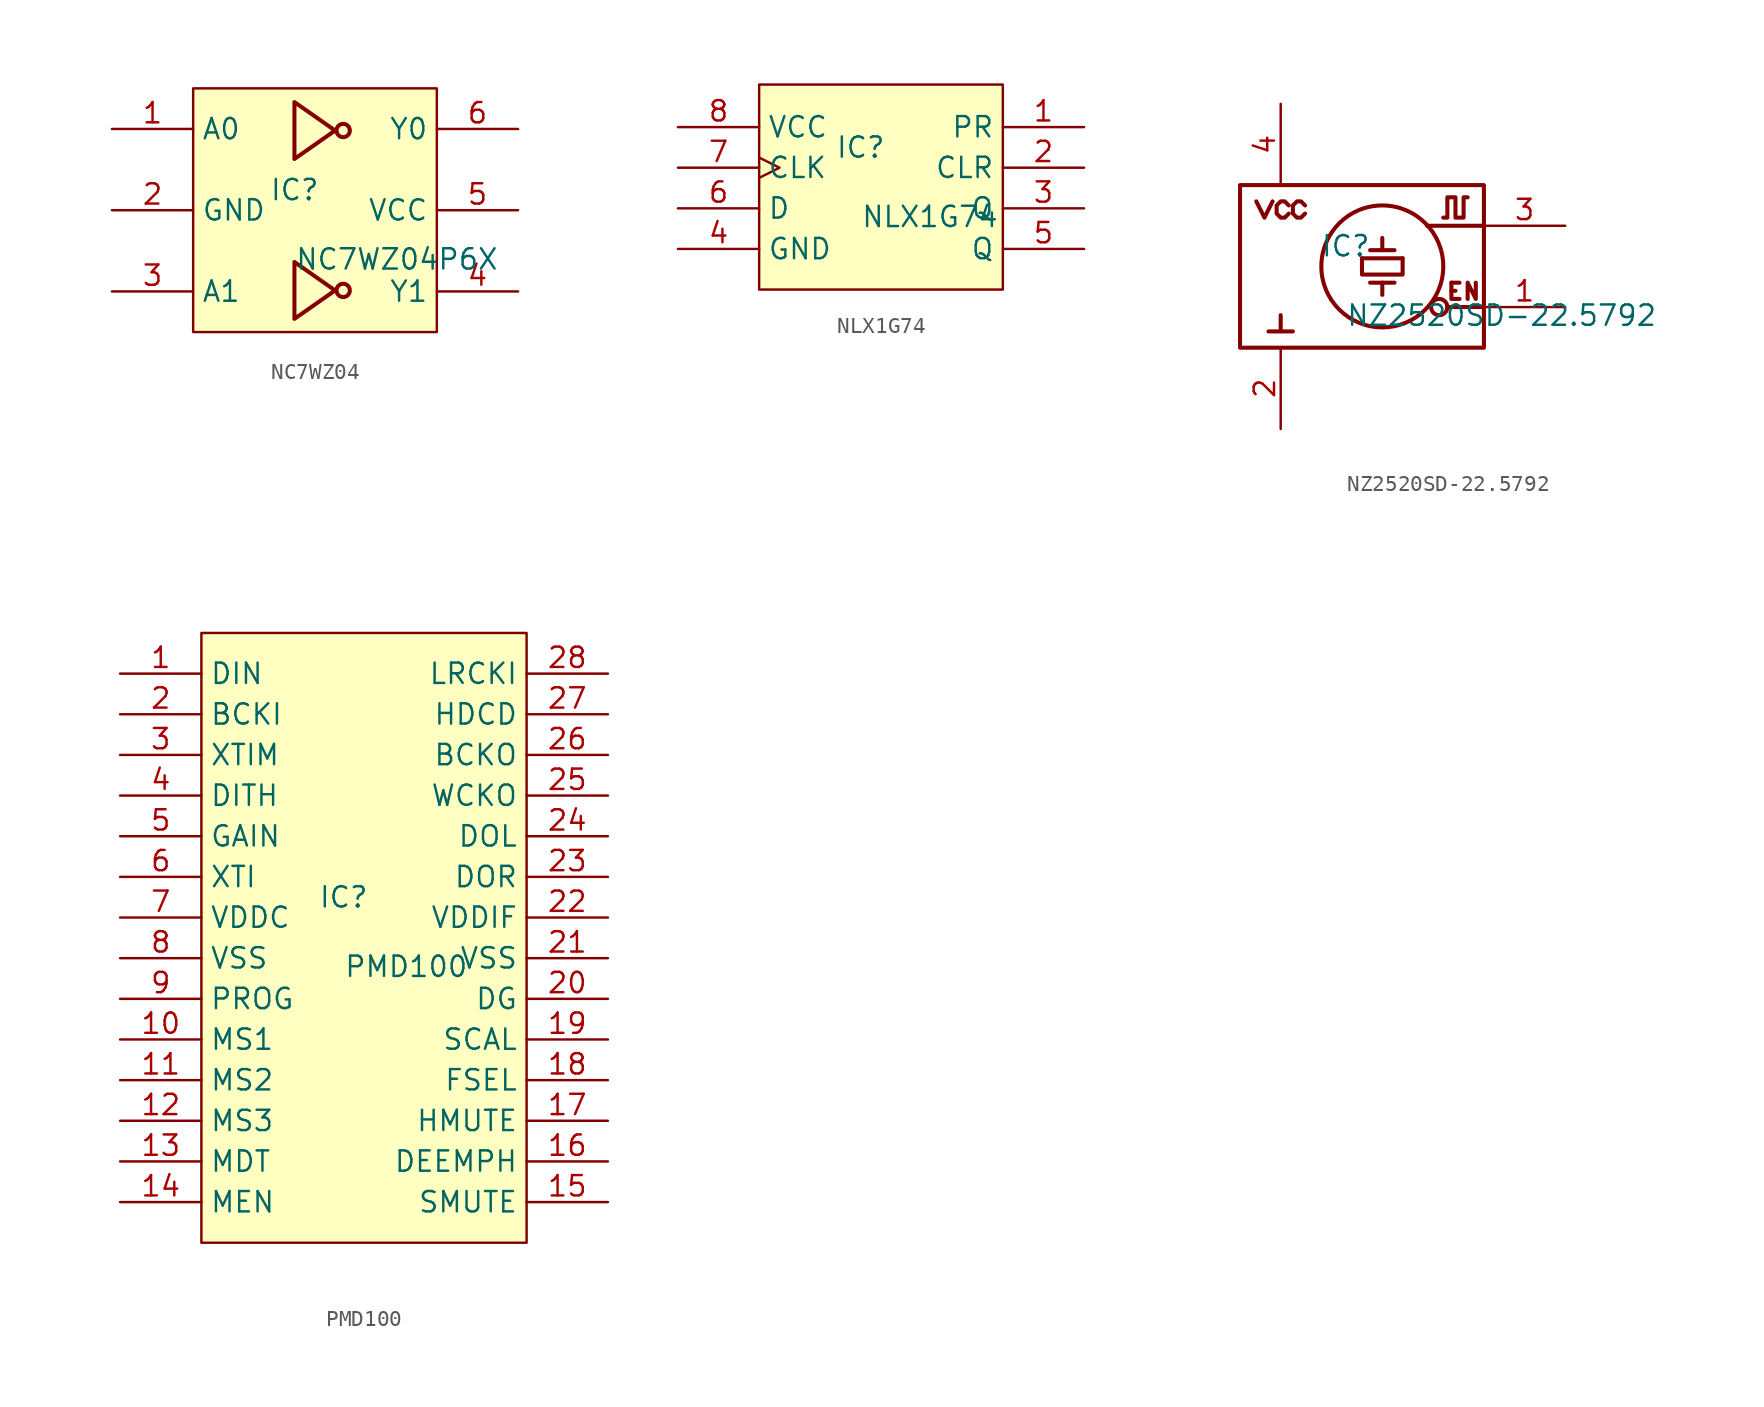
<source format=kicad_sym>
(kicad_symbol_lib
  (version 20231120)
  (generator "kicad_symbol_editor")
  (generator_version "8.0")
  (symbol "NC7WZ04"
    (property "Reference" "IC"
      (at -1.27 1.27 0)
      (effects (font (size 1.27 1.27))))
    (property "Value" "NC7WZ04P6X"
      (at -1.27 -3.81 0)
      (effects (font (size 1.27 1.27)) (justify left bottom)))
    (symbol "NC7WZ04_1_0"
      (rectangle (start -7.62 7.62) (end 7.62 -7.62) (stroke (width 0) (type solid) (color 128 0 0 1)) (fill (type background)))
      (polyline (pts (xy -1.286 -3.238) (xy -1.286 -6.794) (xy 1.254 -5.016) (xy -1.286 -3.238)) (stroke (width 0.254) (type solid)) (fill (type none)))
      (polyline (pts (xy -1.286 6.762) (xy -1.286 3.206) (xy 1.254 4.984) (xy -1.286 6.762)) (stroke (width 0.254) (type solid)) (fill (type none)))
      (circle (center 1.762 -5.016) (radius 0.416) (stroke (width 0.254) (type solid)) (fill (type none)))
      (circle (center 1.762 4.984) (radius 0.416) (stroke (width 0.254) (type solid)) (fill (type none)))
      (pin input line (at -12.7 5.08 0) (length 5.08) (name "A0" (effects (font (size 1.27 1.27)))) (number "1" (effects (font (size 1.27 1.27)))))
      (pin power_in line (at -12.7 0 0) (length 5.08) (name "GND" (effects (font (size 1.27 1.27)))) (number "2" (effects (font (size 1.27 1.27)))))
      (pin input line (at -12.7 -5.08 0) (length 5.08) (name "A1" (effects (font (size 1.27 1.27)))) (number "3" (effects (font (size 1.27 1.27)))))
      (pin output line (at 12.7 -5.08 180) (length 5.08) (name "Y1" (effects (font (size 1.27 1.27)))) (number "4" (effects (font (size 1.27 1.27)))))
      (pin power_in line (at 12.7 0 180) (length 5.08) (name "VCC" (effects (font (size 1.27 1.27)))) (number "5" (effects (font (size 1.27 1.27)))))
      (pin output line (at 12.7 5.08 180) (length 5.08) (name "Y0" (effects (font (size 1.27 1.27)))) (number "6" (effects (font (size 1.27 1.27)))))))
  (symbol "NLX1G74"
    (property "Reference" "IC"
      (at -1.27 1.27 0)
      (effects (font (size 1.27 1.27))))
    (property "Value" "NLX1G74"
      (at -1.27 -3.81 0)
      (effects (font (size 1.27 1.27)) (justify left bottom)))
    (symbol "NLX1G74_1_0"
      (rectangle (start -7.62 5.2) (end 7.62 -7.62) (stroke (width 0) (type solid) (color 128 0 0 1)) (fill (type background)))
      (pin input line (at 12.7 2.54 180) (length 5.08) (name "PR" (effects (font (size 1.27 1.27)))) (number "1" (effects (font (size 1.27 1.27)))))
      (pin input line (at 12.7 0 180) (length 5.08) (name "CLR" (effects (font (size 1.27 1.27)))) (number "2" (effects (font (size 1.27 1.27)))))
      (pin output line (at 12.7 -2.54 180) (length 5.08) (name "Q" (effects (font (size 1.27 1.27)))) (number "3" (effects (font (size 1.27 1.27)))))
      (pin passive line (at -12.7 -5.08 0) (length 5.08) (name "GND" (effects (font (size 1.27 1.27)))) (number "4" (effects (font (size 1.27 1.27)))))
      (pin output line (at 12.7 -5.08 180) (length 5.08) (name "Q" (effects (font (size 1.27 1.27)))) (number "5" (effects (font (size 1.27 1.27)))))
      (pin input line (at -12.7 -2.54 0) (length 5.08) (name "D" (effects (font (size 1.27 1.27)))) (number "6" (effects (font (size 1.27 1.27)))))
      (pin input clock (at -12.7 0 0) (length 5.08) (name "CLK" (effects (font (size 1.27 1.27)))) (number "7" (effects (font (size 1.27 1.27)))))
      (pin power_in line (at -12.7 2.54 0) (length 5.08) (name "VCC" (effects (font (size 1.27 1.27)))) (number "8" (effects (font (size 1.27 1.27)))))))
  (symbol "NZ2520SD-22.5792"
    (property "Reference" "IC"
      (at -1.27 1.27 0)
      (effects (font (size 1.27 1.27))))
    (property "Value" "NZ2520SD-22.5792"
      (at -1.27 -3.81 0)
      (effects (font (size 1.27 1.27)) (justify left bottom)))
    (symbol "NZ2520SD-22.5792_1_0"
      (polyline (pts (xy -0.254 0.508) (xy 2.286 0.508)) (stroke (width 0.254) (type solid)) (fill (type none)))
      (polyline (pts (xy 0.254 -1.016) (xy 1.778 -1.016)) (stroke (width 0.254) (type solid)) (fill (type none)))
      (polyline (pts (xy 0.254 1.016) (xy 1.778 1.016)) (stroke (width 0.254) (type solid)) (fill (type none)))
      (polyline (pts (xy 1.016 -1.016) (xy 1.016 -1.778)) (stroke (width 0.254) (type solid)) (fill (type none)))
      (polyline (pts (xy 1.016 1.016) (xy 1.016 1.778)) (stroke (width 0.254) (type solid)) (fill (type none)))
      (polyline (pts (xy 3.81 2.54) (xy 7.366 2.54)) (stroke (width 0.254) (type solid)) (fill (type none)))
      (polyline (pts (xy 5.08 -2.54) (xy 7.366 -2.54)) (stroke (width 0.254) (type solid)) (fill (type none)))
      (polyline (pts (xy 5.334 -1.524) (xy 5.588 -1.524)) (stroke (width 0.254) (type solid)) (fill (type none)))
      (polyline (pts (xy 5.334 -1.016) (xy 5.842 -1.016)) (stroke (width 0.254) (type solid)) (fill (type none)))
      (polyline (pts (xy -5.842 4.064) (xy -6.35 3.048) (xy -6.858 4.064)) (stroke (width 0.254) (type solid)) (fill (type none)))
      (polyline (pts (xy 5.334 -1.016) (xy 5.334 -2.032) (xy 5.842 -2.032)) (stroke (width 0.254) (type solid)) (fill (type none)))
      (polyline (pts (xy -5.334 -3.048) (xy -5.334 -4.064) (xy -6.096 -4.064) (xy -4.572 -4.064)) (stroke (width 0.254) (type solid)) (fill (type none)))
      (polyline (pts (xy 2.286 0.508) (xy 2.286 -0.508) (xy -0.254 -0.508) (xy -0.254 0.508)) (stroke (width 0.254) (type solid)) (fill (type none)))
      (polyline (pts (xy 6.35 -2.032) (xy 6.35 -1.016) (xy 6.858 -2.032) (xy 6.858 -1.016)) (stroke (width 0.254) (type solid)) (fill (type none)))
      (polyline (pts (xy -7.874 5.08) (xy 7.366 5.08) (xy 7.366 -5.08) (xy -7.874 -5.08) (xy -7.874 5.08)) (stroke (width 0.254) (type solid)) (fill (type none)))
      (polyline (pts (xy -4.826 3.81) (xy -5.08 4.064) (xy -5.334 4.064) (xy -5.588 3.81) (xy -5.588 3.302) (xy -5.334 3.048) (xy -5.08 3.048) (xy -4.826 3.302)) (stroke (width 0.254) (type solid)) (fill (type none)))
      (polyline (pts (xy -3.81 3.81) (xy -4.064 4.064) (xy -4.318 4.064) (xy -4.572 3.81) (xy -4.572 3.302) (xy -4.318 3.048) (xy -4.064 3.048) (xy -3.81 3.302)) (stroke (width 0.254) (type solid)) (fill (type none)))
      (polyline (pts (xy 4.826 3.048) (xy 5.08 3.048) (xy 5.08 4.318) (xy 5.588 4.318) (xy 5.588 3.048) (xy 6.096 3.048) (xy 6.096 4.318) (xy 6.35 4.318)) (stroke (width 0.254) (type solid)) (fill (type none)))
      (circle (center 1.016 0) (radius 3.81) (stroke (width 0.254) (type solid)) (fill (type none)))
      (circle (center 4.572 -2.54) (radius 0.508) (stroke (width 0.254) (type solid)) (fill (type none)))
      (pin passive line (at 12.446 -2.54 180) (length 5.08) (name "EN" (effects (font (size 0 0)))) (number "1" (effects (font (size 1.27 1.27)))))
      (pin passive line (at -5.334 -10.16 90) (length 5.08) (name "GND" (effects (font (size 0 0)))) (number "2" (effects (font (size 1.27 1.27)))))
      (pin passive line (at 12.446 2.54 180) (length 5.08) (name "OUT" (effects (font (size 0 0)))) (number "3" (effects (font (size 1.27 1.27)))))
      (pin passive line (at -5.334 10.16 270) (length 5.08) (name "VCC" (effects (font (size 0 0)))) (number "4" (effects (font (size 1.27 1.27)))))))
  (symbol "PMD100"
    (property "Reference" "IC"
      (at -1.27 1.27 0)
      (effects (font (size 1.27 1.27))))
    (property "Value" "PMD100"
      (at -1.27 -3.81 0)
      (effects (font (size 1.27 1.27)) (justify left bottom)))
    (symbol "PMD100_1_0"
      (rectangle (start -10.16 17.78) (end 10.16 -20.32) (stroke (width 0) (type solid) (color 128 0 0 1)) (fill (type background)))
      (pin input line (at -15.24 15.24 0) (length 5.08) (name "DIN" (effects (font (size 1.27 1.27)))) (number "1" (effects (font (size 1.27 1.27)))))
      (pin input line (at -15.24 -7.62 0) (length 5.08) (name "MS1" (effects (font (size 1.27 1.27)))) (number "10" (effects (font (size 1.27 1.27)))))
      (pin input line (at -15.24 -10.16 0) (length 5.08) (name "MS2" (effects (font (size 1.27 1.27)))) (number "11" (effects (font (size 1.27 1.27)))))
      (pin input line (at -15.24 -12.7 0) (length 5.08) (name "MS3" (effects (font (size 1.27 1.27)))) (number "12" (effects (font (size 1.27 1.27)))))
      (pin input line (at -15.24 -15.24 0) (length 5.08) (name "MDT" (effects (font (size 1.27 1.27)))) (number "13" (effects (font (size 1.27 1.27)))))
      (pin input line (at -15.24 -17.78 0) (length 5.08) (name "MEN" (effects (font (size 1.27 1.27)))) (number "14" (effects (font (size 1.27 1.27)))))
      (pin input line (at 15.24 -17.78 180) (length 5.08) (name "SMUTE" (effects (font (size 1.27 1.27)))) (number "15" (effects (font (size 1.27 1.27)))))
      (pin input line (at 15.24 -15.24 180) (length 5.08) (name "DEEMPH" (effects (font (size 1.27 1.27)))) (number "16" (effects (font (size 1.27 1.27)))))
      (pin input line (at 15.24 -12.7 180) (length 5.08) (name "HMUTE" (effects (font (size 1.27 1.27)))) (number "17" (effects (font (size 1.27 1.27)))))
      (pin input line (at 15.24 -10.16 180) (length 5.08) (name "FSEL" (effects (font (size 1.27 1.27)))) (number "18" (effects (font (size 1.27 1.27)))))
      (pin input line (at 15.24 -7.62 180) (length 5.08) (name "SCAL" (effects (font (size 1.27 1.27)))) (number "19" (effects (font (size 1.27 1.27)))))
      (pin input line (at -15.24 12.7 0) (length 5.08) (name "BCKI" (effects (font (size 1.27 1.27)))) (number "2" (effects (font (size 1.27 1.27)))))
      (pin output line (at 15.24 -5.08 180) (length 5.08) (name "DG" (effects (font (size 1.27 1.27)))) (number "20" (effects (font (size 1.27 1.27)))))
      (pin passive line (at 15.24 -2.54 180) (length 5.08) (name "VSS" (effects (font (size 1.27 1.27)))) (number "21" (effects (font (size 1.27 1.27)))))
      (pin passive line (at 15.24 0 180) (length 5.08) (name "VDDIF" (effects (font (size 1.27 1.27)))) (number "22" (effects (font (size 1.27 1.27)))))
      (pin output line (at 15.24 2.54 180) (length 5.08) (name "DOR" (effects (font (size 1.27 1.27)))) (number "23" (effects (font (size 1.27 1.27)))))
      (pin output line (at 15.24 5.08 180) (length 5.08) (name "DOL" (effects (font (size 1.27 1.27)))) (number "24" (effects (font (size 1.27 1.27)))))
      (pin output line (at 15.24 7.62 180) (length 5.08) (name "WCKO" (effects (font (size 1.27 1.27)))) (number "25" (effects (font (size 1.27 1.27)))))
      (pin output line (at 15.24 10.16 180) (length 5.08) (name "BCKO" (effects (font (size 1.27 1.27)))) (number "26" (effects (font (size 1.27 1.27)))))
      (pin output line (at 15.24 12.7 180) (length 5.08) (name "HDCD" (effects (font (size 1.27 1.27)))) (number "27" (effects (font (size 1.27 1.27)))))
      (pin input line (at 15.24 15.24 180) (length 5.08) (name "LRCKI" (effects (font (size 1.27 1.27)))) (number "28" (effects (font (size 1.27 1.27)))))
      (pin input line (at -15.24 10.16 0) (length 5.08) (name "XTIM" (effects (font (size 1.27 1.27)))) (number "3" (effects (font (size 1.27 1.27)))))
      (pin input line (at -15.24 7.62 0) (length 5.08) (name "DITH" (effects (font (size 1.27 1.27)))) (number "4" (effects (font (size 1.27 1.27)))))
      (pin output line (at -15.24 5.08 0) (length 5.08) (name "GAIN" (effects (font (size 1.27 1.27)))) (number "5" (effects (font (size 1.27 1.27)))))
      (pin input line (at -15.24 2.54 0) (length 5.08) (name "XTI" (effects (font (size 1.27 1.27)))) (number "6" (effects (font (size 1.27 1.27)))))
      (pin passive line (at -15.24 0 0) (length 5.08) (name "VDDC" (effects (font (size 1.27 1.27)))) (number "7" (effects (font (size 1.27 1.27)))))
      (pin passive line (at -15.24 -2.54 0) (length 5.08) (name "VSS" (effects (font (size 1.27 1.27)))) (number "8" (effects (font (size 1.27 1.27)))))
      (pin input line (at -15.24 -5.08 0) (length 5.08) (name "PROG" (effects (font (size 1.27 1.27)))) (number "9" (effects (font (size 1.27 1.27))))))))
</source>
